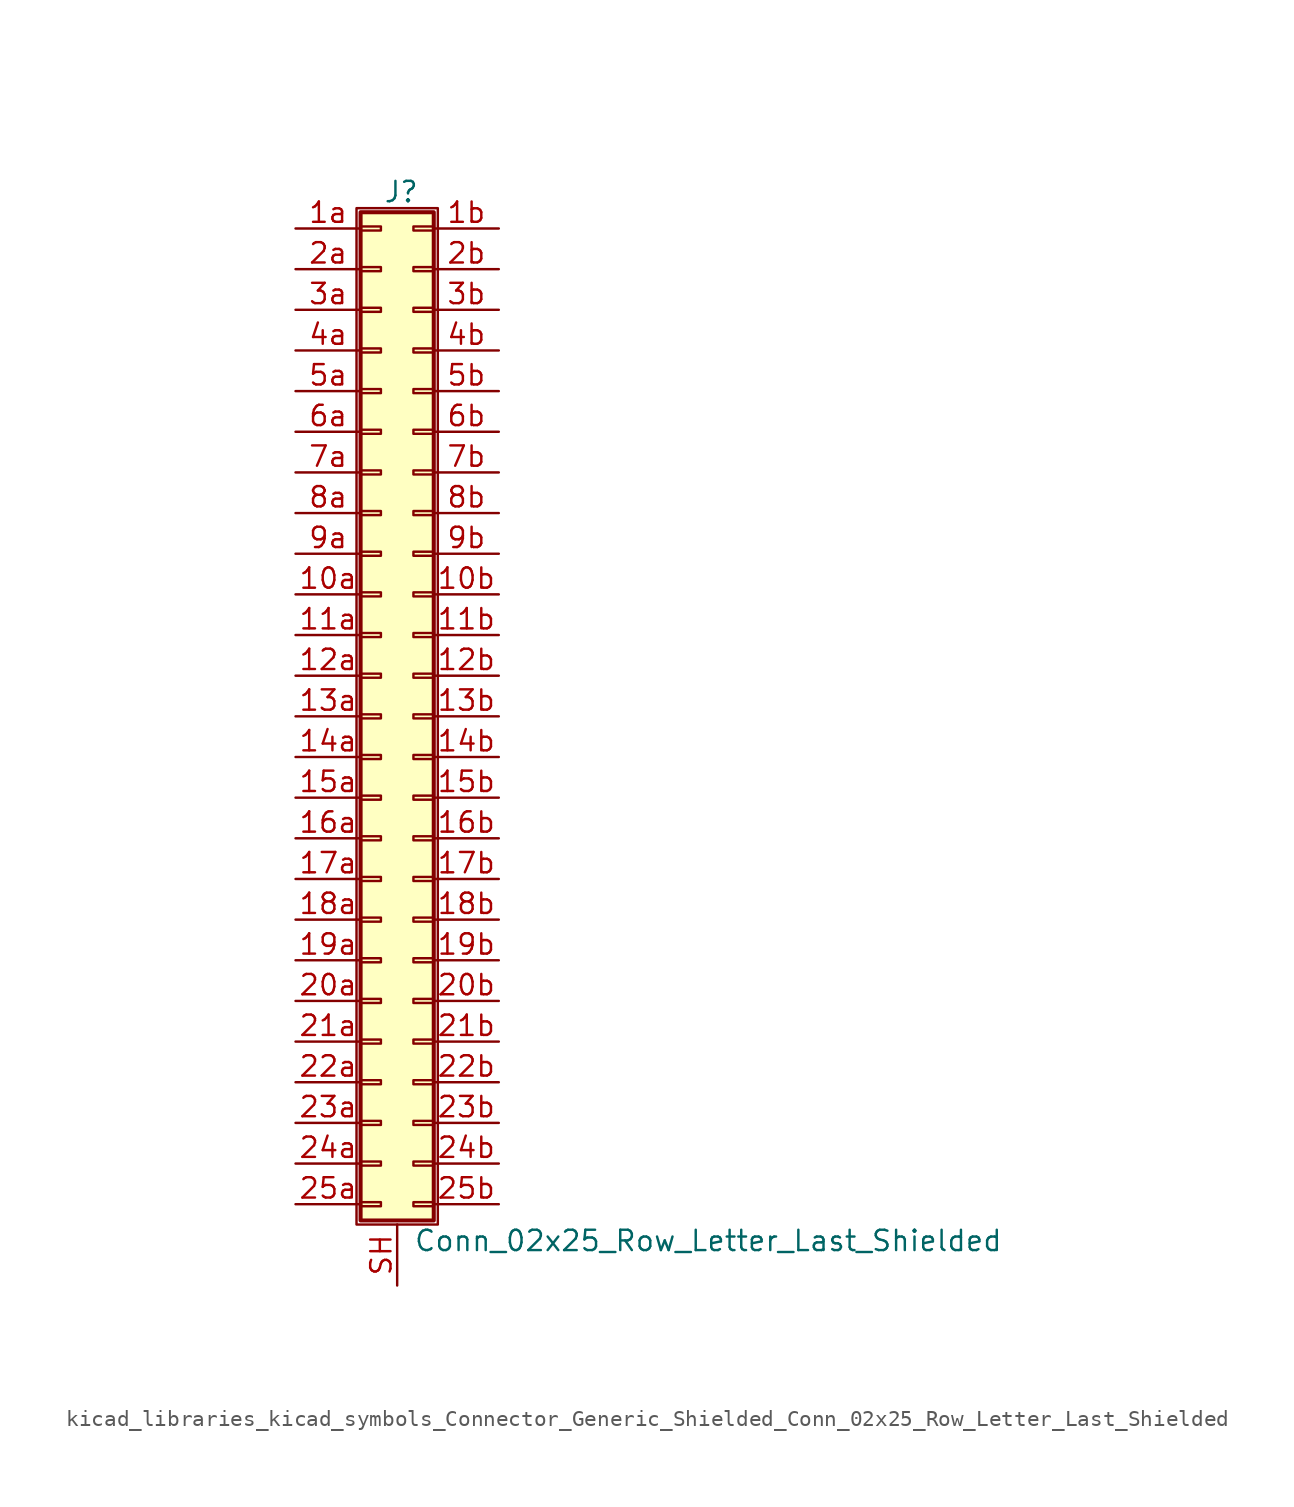
<source format=kicad_sym>
(kicad_symbol_lib
  (version 20220914)
  (generator kicad_symbol_editor)
  (symbol "kicad_libraries_kicad_symbols_Connector_Generic_Shielded_Conn_02x25_Row_Letter_Last_Shielded"
    (pin_names
      (offset 1.016) hide)
    (property "Reference" "J"
      (at 1.524 32.766 0)
      (effects (font (size 1.27 1.27))))
    (property "Value" "Conn_02x25_Row_Letter_Last_Shielded"
      (at 2.286 -32.766 0)
      (effects (font (size 1.27 1.27)) (justify left)))
    (symbol "kicad_libraries_kicad_symbols_Connector_Generic_Shielded_Conn_02x25_Row_Letter_Last_Shielded_1_1"
      (rectangle (start -1.27 31.75) (end 3.81 -31.75) (stroke (width 0.152) (type default)) (fill (type none)))
      (rectangle (start -1.016 -30.353) (end 0.254 -30.607) (stroke (width 0.152) (type default)) (fill (type none)))
      (rectangle (start -1.016 -27.813) (end 0.254 -28.067) (stroke (width 0.152) (type default)) (fill (type none)))
      (rectangle (start -1.016 -25.273) (end 0.254 -25.527) (stroke (width 0.152) (type default)) (fill (type none)))
      (rectangle (start -1.016 -22.733) (end 0.254 -22.987) (stroke (width 0.152) (type default)) (fill (type none)))
      (rectangle (start -1.016 -20.193) (end 0.254 -20.447) (stroke (width 0.152) (type default)) (fill (type none)))
      (rectangle (start -1.016 -17.653) (end 0.254 -17.907) (stroke (width 0.152) (type default)) (fill (type none)))
      (rectangle (start -1.016 -15.113) (end 0.254 -15.367) (stroke (width 0.152) (type default)) (fill (type none)))
      (rectangle (start -1.016 -12.573) (end 0.254 -12.827) (stroke (width 0.152) (type default)) (fill (type none)))
      (rectangle (start -1.016 -10.033) (end 0.254 -10.287) (stroke (width 0.152) (type default)) (fill (type none)))
      (rectangle (start -1.016 -7.493) (end 0.254 -7.747) (stroke (width 0.152) (type default)) (fill (type none)))
      (rectangle (start -1.016 -4.953) (end 0.254 -5.207) (stroke (width 0.152) (type default)) (fill (type none)))
      (rectangle (start -1.016 -2.413) (end 0.254 -2.667) (stroke (width 0.152) (type default)) (fill (type none)))
      (rectangle (start -1.016 0.127) (end 0.254 -0.127) (stroke (width 0.152) (type default)) (fill (type none)))
      (rectangle (start -1.016 2.667) (end 0.254 2.413) (stroke (width 0.152) (type default)) (fill (type none)))
      (rectangle (start -1.016 5.207) (end 0.254 4.953) (stroke (width 0.152) (type default)) (fill (type none)))
      (rectangle (start -1.016 7.747) (end 0.254 7.493) (stroke (width 0.152) (type default)) (fill (type none)))
      (rectangle (start -1.016 10.287) (end 0.254 10.033) (stroke (width 0.152) (type default)) (fill (type none)))
      (rectangle (start -1.016 12.827) (end 0.254 12.573) (stroke (width 0.152) (type default)) (fill (type none)))
      (rectangle (start -1.016 15.367) (end 0.254 15.113) (stroke (width 0.152) (type default)) (fill (type none)))
      (rectangle (start -1.016 17.907) (end 0.254 17.653) (stroke (width 0.152) (type default)) (fill (type none)))
      (rectangle (start -1.016 20.447) (end 0.254 20.193) (stroke (width 0.152) (type default)) (fill (type none)))
      (rectangle (start -1.016 22.987) (end 0.254 22.733) (stroke (width 0.152) (type default)) (fill (type none)))
      (rectangle (start -1.016 25.527) (end 0.254 25.273) (stroke (width 0.152) (type default)) (fill (type none)))
      (rectangle (start -1.016 28.067) (end 0.254 27.813) (stroke (width 0.152) (type default)) (fill (type none)))
      (rectangle (start -1.016 30.607) (end 0.254 30.353) (stroke (width 0.152) (type default)) (fill (type none)))
      (rectangle (start -1.016 31.496) (end 3.556 -31.496) (stroke (width 0.254) (type default)) (fill (type background)))
      (rectangle (start 3.556 -30.353) (end 2.286 -30.607) (stroke (width 0.152) (type default)) (fill (type none)))
      (rectangle (start 3.556 -27.813) (end 2.286 -28.067) (stroke (width 0.152) (type default)) (fill (type none)))
      (rectangle (start 3.556 -25.273) (end 2.286 -25.527) (stroke (width 0.152) (type default)) (fill (type none)))
      (rectangle (start 3.556 -22.733) (end 2.286 -22.987) (stroke (width 0.152) (type default)) (fill (type none)))
      (rectangle (start 3.556 -20.193) (end 2.286 -20.447) (stroke (width 0.152) (type default)) (fill (type none)))
      (rectangle (start 3.556 -17.653) (end 2.286 -17.907) (stroke (width 0.152) (type default)) (fill (type none)))
      (rectangle (start 3.556 -15.113) (end 2.286 -15.367) (stroke (width 0.152) (type default)) (fill (type none)))
      (rectangle (start 3.556 -12.573) (end 2.286 -12.827) (stroke (width 0.152) (type default)) (fill (type none)))
      (rectangle (start 3.556 -10.033) (end 2.286 -10.287) (stroke (width 0.152) (type default)) (fill (type none)))
      (rectangle (start 3.556 -7.493) (end 2.286 -7.747) (stroke (width 0.152) (type default)) (fill (type none)))
      (rectangle (start 3.556 -4.953) (end 2.286 -5.207) (stroke (width 0.152) (type default)) (fill (type none)))
      (rectangle (start 3.556 -2.413) (end 2.286 -2.667) (stroke (width 0.152) (type default)) (fill (type none)))
      (rectangle (start 3.556 0.127) (end 2.286 -0.127) (stroke (width 0.152) (type default)) (fill (type none)))
      (rectangle (start 3.556 2.667) (end 2.286 2.413) (stroke (width 0.152) (type default)) (fill (type none)))
      (rectangle (start 3.556 5.207) (end 2.286 4.953) (stroke (width 0.152) (type default)) (fill (type none)))
      (rectangle (start 3.556 7.747) (end 2.286 7.493) (stroke (width 0.152) (type default)) (fill (type none)))
      (rectangle (start 3.556 10.287) (end 2.286 10.033) (stroke (width 0.152) (type default)) (fill (type none)))
      (rectangle (start 3.556 12.827) (end 2.286 12.573) (stroke (width 0.152) (type default)) (fill (type none)))
      (rectangle (start 3.556 15.367) (end 2.286 15.113) (stroke (width 0.152) (type default)) (fill (type none)))
      (rectangle (start 3.556 17.907) (end 2.286 17.653) (stroke (width 0.152) (type default)) (fill (type none)))
      (rectangle (start 3.556 20.447) (end 2.286 20.193) (stroke (width 0.152) (type default)) (fill (type none)))
      (rectangle (start 3.556 22.987) (end 2.286 22.733) (stroke (width 0.152) (type default)) (fill (type none)))
      (rectangle (start 3.556 25.527) (end 2.286 25.273) (stroke (width 0.152) (type default)) (fill (type none)))
      (rectangle (start 3.556 28.067) (end 2.286 27.813) (stroke (width 0.152) (type default)) (fill (type none)))
      (rectangle (start 3.556 30.607) (end 2.286 30.353) (stroke (width 0.152) (type default)) (fill (type none)))
      (pin passive line (at -5.08 7.62 0) (length 4.064) (name "Pin_10a" (effects (font (size 1.27 1.27)))) (number "10a" (effects (font (size 1.27 1.27)))))
      (pin passive line (at 7.62 7.62 180) (length 4.064) (name "Pin_10b" (effects (font (size 1.27 1.27)))) (number "10b" (effects (font (size 1.27 1.27)))))
      (pin passive line (at -5.08 5.08 0) (length 4.064) (name "Pin_11a" (effects (font (size 1.27 1.27)))) (number "11a" (effects (font (size 1.27 1.27)))))
      (pin passive line (at 7.62 5.08 180) (length 4.064) (name "Pin_11b" (effects (font (size 1.27 1.27)))) (number "11b" (effects (font (size 1.27 1.27)))))
      (pin passive line (at -5.08 2.54 0) (length 4.064) (name "Pin_12a" (effects (font (size 1.27 1.27)))) (number "12a" (effects (font (size 1.27 1.27)))))
      (pin passive line (at 7.62 2.54 180) (length 4.064) (name "Pin_12b" (effects (font (size 1.27 1.27)))) (number "12b" (effects (font (size 1.27 1.27)))))
      (pin passive line (at -5.08 0 0) (length 4.064) (name "Pin_13a" (effects (font (size 1.27 1.27)))) (number "13a" (effects (font (size 1.27 1.27)))))
      (pin passive line (at 7.62 0 180) (length 4.064) (name "Pin_13b" (effects (font (size 1.27 1.27)))) (number "13b" (effects (font (size 1.27 1.27)))))
      (pin passive line (at -5.08 -2.54 0) (length 4.064) (name "Pin_14a" (effects (font (size 1.27 1.27)))) (number "14a" (effects (font (size 1.27 1.27)))))
      (pin passive line (at 7.62 -2.54 180) (length 4.064) (name "Pin_14b" (effects (font (size 1.27 1.27)))) (number "14b" (effects (font (size 1.27 1.27)))))
      (pin passive line (at -5.08 -5.08 0) (length 4.064) (name "Pin_15a" (effects (font (size 1.27 1.27)))) (number "15a" (effects (font (size 1.27 1.27)))))
      (pin passive line (at 7.62 -5.08 180) (length 4.064) (name "Pin_15b" (effects (font (size 1.27 1.27)))) (number "15b" (effects (font (size 1.27 1.27)))))
      (pin passive line (at -5.08 -7.62 0) (length 4.064) (name "Pin_16a" (effects (font (size 1.27 1.27)))) (number "16a" (effects (font (size 1.27 1.27)))))
      (pin passive line (at 7.62 -7.62 180) (length 4.064) (name "Pin_16b" (effects (font (size 1.27 1.27)))) (number "16b" (effects (font (size 1.27 1.27)))))
      (pin passive line (at -5.08 -10.16 0) (length 4.064) (name "Pin_17a" (effects (font (size 1.27 1.27)))) (number "17a" (effects (font (size 1.27 1.27)))))
      (pin passive line (at 7.62 -10.16 180) (length 4.064) (name "Pin_17b" (effects (font (size 1.27 1.27)))) (number "17b" (effects (font (size 1.27 1.27)))))
      (pin passive line (at -5.08 -12.7 0) (length 4.064) (name "Pin_18a" (effects (font (size 1.27 1.27)))) (number "18a" (effects (font (size 1.27 1.27)))))
      (pin passive line (at 7.62 -12.7 180) (length 4.064) (name "Pin_18b" (effects (font (size 1.27 1.27)))) (number "18b" (effects (font (size 1.27 1.27)))))
      (pin passive line (at -5.08 -15.24 0) (length 4.064) (name "Pin_19a" (effects (font (size 1.27 1.27)))) (number "19a" (effects (font (size 1.27 1.27)))))
      (pin passive line (at 7.62 -15.24 180) (length 4.064) (name "Pin_19b" (effects (font (size 1.27 1.27)))) (number "19b" (effects (font (size 1.27 1.27)))))
      (pin passive line (at -5.08 30.48 0) (length 4.064) (name "Pin_1a" (effects (font (size 1.27 1.27)))) (number "1a" (effects (font (size 1.27 1.27)))))
      (pin passive line (at 7.62 30.48 180) (length 4.064) (name "Pin_1b" (effects (font (size 1.27 1.27)))) (number "1b" (effects (font (size 1.27 1.27)))))
      (pin passive line (at -5.08 -17.78 0) (length 4.064) (name "Pin_20a" (effects (font (size 1.27 1.27)))) (number "20a" (effects (font (size 1.27 1.27)))))
      (pin passive line (at 7.62 -17.78 180) (length 4.064) (name "Pin_20b" (effects (font (size 1.27 1.27)))) (number "20b" (effects (font (size 1.27 1.27)))))
      (pin passive line (at -5.08 -20.32 0) (length 4.064) (name "Pin_21a" (effects (font (size 1.27 1.27)))) (number "21a" (effects (font (size 1.27 1.27)))))
      (pin passive line (at 7.62 -20.32 180) (length 4.064) (name "Pin_21b" (effects (font (size 1.27 1.27)))) (number "21b" (effects (font (size 1.27 1.27)))))
      (pin passive line (at -5.08 -22.86 0) (length 4.064) (name "Pin_22a" (effects (font (size 1.27 1.27)))) (number "22a" (effects (font (size 1.27 1.27)))))
      (pin passive line (at 7.62 -22.86 180) (length 4.064) (name "Pin_22b" (effects (font (size 1.27 1.27)))) (number "22b" (effects (font (size 1.27 1.27)))))
      (pin passive line (at -5.08 -25.4 0) (length 4.064) (name "Pin_23a" (effects (font (size 1.27 1.27)))) (number "23a" (effects (font (size 1.27 1.27)))))
      (pin passive line (at 7.62 -25.4 180) (length 4.064) (name "Pin_23b" (effects (font (size 1.27 1.27)))) (number "23b" (effects (font (size 1.27 1.27)))))
      (pin passive line (at -5.08 -27.94 0) (length 4.064) (name "Pin_24a" (effects (font (size 1.27 1.27)))) (number "24a" (effects (font (size 1.27 1.27)))))
      (pin passive line (at 7.62 -27.94 180) (length 4.064) (name "Pin_24b" (effects (font (size 1.27 1.27)))) (number "24b" (effects (font (size 1.27 1.27)))))
      (pin passive line (at -5.08 -30.48 0) (length 4.064) (name "Pin_25a" (effects (font (size 1.27 1.27)))) (number "25a" (effects (font (size 1.27 1.27)))))
      (pin passive line (at 7.62 -30.48 180) (length 4.064) (name "Pin_25b" (effects (font (size 1.27 1.27)))) (number "25b" (effects (font (size 1.27 1.27)))))
      (pin passive line (at -5.08 27.94 0) (length 4.064) (name "Pin_2a" (effects (font (size 1.27 1.27)))) (number "2a" (effects (font (size 1.27 1.27)))))
      (pin passive line (at 7.62 27.94 180) (length 4.064) (name "Pin_2b" (effects (font (size 1.27 1.27)))) (number "2b" (effects (font (size 1.27 1.27)))))
      (pin passive line (at -5.08 25.4 0) (length 4.064) (name "Pin_3a" (effects (font (size 1.27 1.27)))) (number "3a" (effects (font (size 1.27 1.27)))))
      (pin passive line (at 7.62 25.4 180) (length 4.064) (name "Pin_3b" (effects (font (size 1.27 1.27)))) (number "3b" (effects (font (size 1.27 1.27)))))
      (pin passive line (at -5.08 22.86 0) (length 4.064) (name "Pin_4a" (effects (font (size 1.27 1.27)))) (number "4a" (effects (font (size 1.27 1.27)))))
      (pin passive line (at 7.62 22.86 180) (length 4.064) (name "Pin_4b" (effects (font (size 1.27 1.27)))) (number "4b" (effects (font (size 1.27 1.27)))))
      (pin passive line (at -5.08 20.32 0) (length 4.064) (name "Pin_5a" (effects (font (size 1.27 1.27)))) (number "5a" (effects (font (size 1.27 1.27)))))
      (pin passive line (at 7.62 20.32 180) (length 4.064) (name "Pin_5b" (effects (font (size 1.27 1.27)))) (number "5b" (effects (font (size 1.27 1.27)))))
      (pin passive line (at -5.08 17.78 0) (length 4.064) (name "Pin_6a" (effects (font (size 1.27 1.27)))) (number "6a" (effects (font (size 1.27 1.27)))))
      (pin passive line (at 7.62 17.78 180) (length 4.064) (name "Pin_6b" (effects (font (size 1.27 1.27)))) (number "6b" (effects (font (size 1.27 1.27)))))
      (pin passive line (at -5.08 15.24 0) (length 4.064) (name "Pin_7a" (effects (font (size 1.27 1.27)))) (number "7a" (effects (font (size 1.27 1.27)))))
      (pin passive line (at 7.62 15.24 180) (length 4.064) (name "Pin_7b" (effects (font (size 1.27 1.27)))) (number "7b" (effects (font (size 1.27 1.27)))))
      (pin passive line (at -5.08 12.7 0) (length 4.064) (name "Pin_8a" (effects (font (size 1.27 1.27)))) (number "8a" (effects (font (size 1.27 1.27)))))
      (pin passive line (at 7.62 12.7 180) (length 4.064) (name "Pin_8b" (effects (font (size 1.27 1.27)))) (number "8b" (effects (font (size 1.27 1.27)))))
      (pin passive line (at -5.08 10.16 0) (length 4.064) (name "Pin_9a" (effects (font (size 1.27 1.27)))) (number "9a" (effects (font (size 1.27 1.27)))))
      (pin passive line (at 7.62 10.16 180) (length 4.064) (name "Pin_9b" (effects (font (size 1.27 1.27)))) (number "9b" (effects (font (size 1.27 1.27)))))
      (pin passive line (at 1.27 -35.56 90) (length 3.81) (name "Shield" (effects (font (size 1.27 1.27)))) (number "SH" (effects (font (size 1.27 1.27))))))))
</source>
